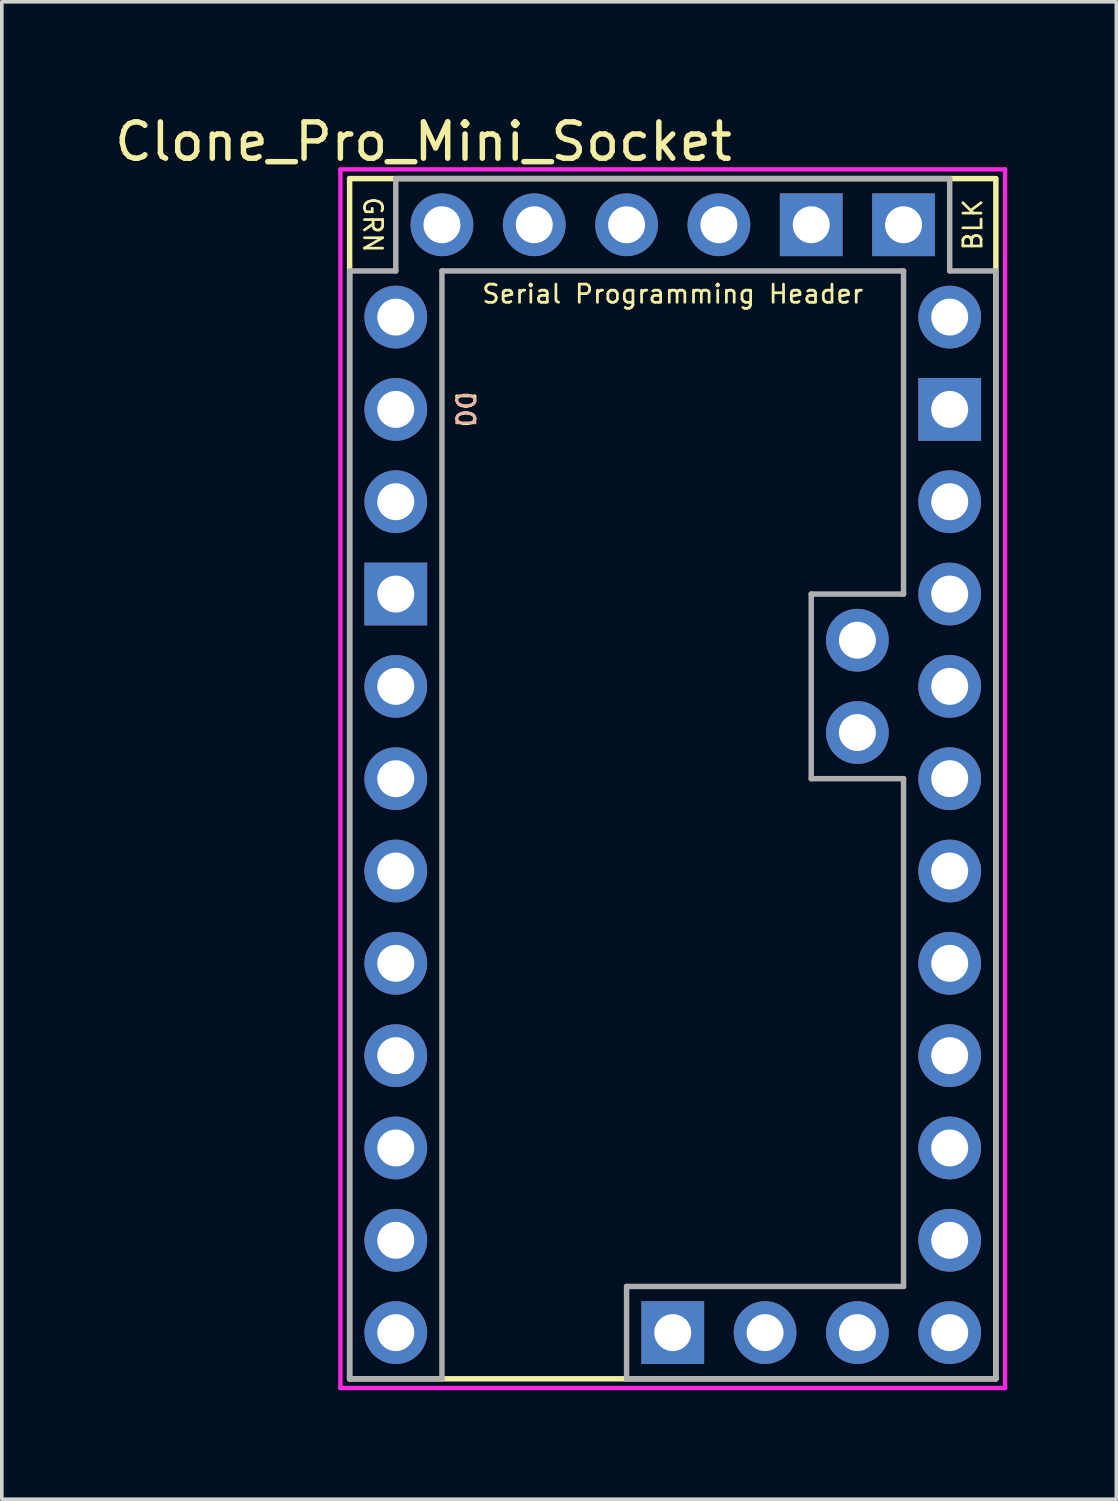
<source format=kicad_pcb>
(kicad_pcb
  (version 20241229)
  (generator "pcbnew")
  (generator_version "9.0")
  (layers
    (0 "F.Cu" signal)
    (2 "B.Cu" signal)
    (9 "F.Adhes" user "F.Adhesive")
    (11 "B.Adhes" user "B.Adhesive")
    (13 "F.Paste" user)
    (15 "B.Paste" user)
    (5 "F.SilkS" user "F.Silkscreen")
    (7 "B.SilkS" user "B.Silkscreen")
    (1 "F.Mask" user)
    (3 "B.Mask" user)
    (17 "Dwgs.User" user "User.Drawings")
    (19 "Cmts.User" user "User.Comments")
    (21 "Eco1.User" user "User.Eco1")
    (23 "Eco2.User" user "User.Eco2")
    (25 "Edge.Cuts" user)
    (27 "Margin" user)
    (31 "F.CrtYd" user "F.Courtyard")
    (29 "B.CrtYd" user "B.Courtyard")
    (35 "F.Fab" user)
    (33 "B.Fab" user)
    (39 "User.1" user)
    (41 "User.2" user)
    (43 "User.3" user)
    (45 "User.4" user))
  (footprint "Clone_Pro_Mini_Socket"
    (layer "F.Cu")
    (at 15.459 18.374)
    (property "Reference" "Clone_Pro_Mini_Socket" (at -6.858 -17.526 0) (layer "F.SilkS") (effects (font (size 1 1) (thickness 0.15))))
    (attr through_hole)
    (fp_line (start -8.89 -16.51) (end -8.89 16.51) (stroke (width 0.15) (type solid)) (layer "F.SilkS"))
    (fp_line (start 8.89 -16.51) (end -8.89 -16.51) (stroke (width 0.15) (type solid)) (layer "F.SilkS"))
    (fp_line (start 8.89 -16.51) (end 8.89 16.51) (stroke (width 0.15) (type solid)) (layer "F.SilkS"))
    (fp_line (start 8.89 16.51) (end -8.89 16.51) (stroke (width 0.15) (type solid)) (layer "F.SilkS"))
    (fp_line (start -9.144 -16.764) (end 9.144 -16.764) (stroke (width 0.12) (type solid)) (layer "F.CrtYd"))
    (fp_line (start -9.144 16.764) (end -9.144 -16.764) (stroke (width 0.12) (type solid)) (layer "F.CrtYd"))
    (fp_line (start 9.144 -16.764) (end 9.144 16.764) (stroke (width 0.12) (type solid)) (layer "F.CrtYd"))
    (fp_line (start 9.144 16.764) (end -9.144 16.764) (stroke (width 0.12) (type solid)) (layer "F.CrtYd"))
    (fp_line (start -8.89 -13.97) (end -8.89 16.51) (stroke (width 0.15) (type solid)) (layer "F.Fab"))
    (fp_line (start -8.89 -13.97) (end -7.62 -13.97) (stroke (width 0.15) (type solid)) (layer "F.Fab"))
    (fp_line (start -8.89 16.51) (end -6.35 16.51) (stroke (width 0.15) (type solid)) (layer "F.Fab"))
    (fp_line (start -7.62 -16.51) (end -7.62 -13.97) (stroke (width 0.15) (type solid)) (layer "F.Fab"))
    (fp_line (start -7.62 -16.51) (end 7.62 -16.51) (stroke (width 0.15) (type solid)) (layer "F.Fab"))
    (fp_line (start -6.35 -13.97) (end -6.35 16.51) (stroke (width 0.15) (type solid)) (layer "F.Fab"))
    (fp_line (start -6.35 -13.97) (end 6.35 -13.97) (stroke (width 0.15) (type solid)) (layer "F.Fab"))
    (fp_line (start -1.27 13.97) (end -1.27 16.51) (stroke (width 0.15) (type solid)) (layer "F.Fab"))
    (fp_line (start -1.27 16.51) (end 8.89 16.51) (stroke (width 0.15) (type solid)) (layer "F.Fab"))
    (fp_line (start 3.81 -5.08) (end 3.81 0) (stroke (width 0.15) (type solid)) (layer "F.Fab"))
    (fp_line (start 3.81 0) (end 6.35 0) (stroke (width 0.15) (type solid)) (layer "F.Fab"))
    (fp_line (start 6.35 -13.97) (end 6.35 -5.08) (stroke (width 0.15) (type solid)) (layer "F.Fab"))
    (fp_line (start 6.35 -5.08) (end 3.81 -5.08) (stroke (width 0.15) (type solid)) (layer "F.Fab"))
    (fp_line (start 6.35 0) (end 6.35 13.97) (stroke (width 0.15) (type solid)) (layer "F.Fab"))
    (fp_line (start 6.35 13.97) (end -1.27 13.97) (stroke (width 0.15) (type solid)) (layer "F.Fab"))
    (fp_line (start 7.62 -16.51) (end 7.62 -13.97) (stroke (width 0.15) (type solid)) (layer "F.Fab"))
    (fp_line (start 7.62 -13.97) (end 8.89 -13.97) (stroke (width 0.15) (type solid)) (layer "F.Fab"))
    (fp_line (start 8.89 -13.97) (end 8.89 16.51) (stroke (width 0.15) (type solid)) (layer "F.Fab"))
    (fp_text user "BLK" (at 8.255 -15.24 90) (layer "F.SilkS") (effects (font (size 0.5 0.5) (thickness 0.075))))
    (fp_text user "GRN" (at -8.255 -15.24 270) (unlocked yes) (layer "F.SilkS") (effects (font (size 0.5 0.5) (thickness 0.075))))
    (fp_text user "D0" (at -5.715 -10.16 270) (unlocked yes) (layer "F.SilkS") (effects (font (size 0.5 0.5) (thickness 0.075))))
    (fp_text user "Serial Programming Header" (at 0 -13.335 180) (layer "F.SilkS") (effects (font (size 0.5 0.5) (thickness 0.075))))
    (fp_text user "D0" (at -5.715 -10.16 270) (unlocked yes) (layer "B.SilkS") (effects (font (size 0.5 0.5) (thickness 0.075)) (justify mirror)))
    (pad "A0" thru_hole circle (at 7.62 5.08) (size 1.727 1.727) (drill 1.016) (layers "*.Cu" "*.Mask"))
    (pad "A1" thru_hole circle (at 7.62 2.54) (size 1.727 1.727) (drill 1.016) (layers "*.Cu" "*.Mask"))
    (pad "A2" thru_hole circle (at 7.62 0) (size 1.727 1.727) (drill 1.016) (layers "*.Cu" "*.Mask"))
    (pad "A3" thru_hole circle (at 7.62 -2.54) (size 1.727 1.727) (drill 1.016) (layers "*.Cu" "*.Mask"))
    (pad "A4" thru_hole circle (at 5.08 -1.27) (size 1.727 1.727) (drill 1.016) (layers "*.Cu" "*.Mask"))
    (pad "A5" thru_hole circle (at 5.08 -3.81) (size 1.727 1.727) (drill 1.016) (layers "*.Cu" "*.Mask"))
    (pad "A6" thru_hole circle (at 2.54 15.24) (size 1.727 1.727) (drill 1.016) (layers "*.Cu" "*.Mask"))
    (pad "A7" thru_hole circle (at 5.08 15.24) (size 1.727 1.727) (drill 1.016) (layers "*.Cu" "*.Mask"))
    (pad "D0" thru_hole circle (at -7.62 -10.16) (size 1.727 1.727) (drill 1.016) (layers "*.Cu" "*.Mask"))
    (pad "D1" thru_hole circle (at -7.62 -12.7) (size 1.727 1.727) (drill 1.016) (layers "*.Cu" "*.Mask"))
    (pad "D2" thru_hole circle (at -7.62 -2.54) (size 1.727 1.727) (drill 1.016) (layers "*.Cu" "*.Mask"))
    (pad "D3" thru_hole circle (at -7.62 0) (size 1.727 1.727) (drill 1.016) (layers "*.Cu" "*.Mask"))
    (pad "D4" thru_hole circle (at -7.62 2.54) (size 1.727 1.727) (drill 1.016) (layers "*.Cu" "*.Mask"))
    (pad "D5" thru_hole circle (at -7.62 5.08) (size 1.727 1.727) (drill 1.016) (layers "*.Cu" "*.Mask"))
    (pad "D6" thru_hole circle (at -7.62 7.62) (size 1.727 1.727) (drill 1.016) (layers "*.Cu" "*.Mask"))
    (pad "D7" thru_hole circle (at -7.62 10.16) (size 1.727 1.727) (drill 1.016) (layers "*.Cu" "*.Mask"))
    (pad "D8" thru_hole circle (at -7.62 12.7) (size 1.727 1.727) (drill 1.016) (layers "*.Cu" "*.Mask"))
    (pad "D9" thru_hole circle (at -7.62 15.24) (size 1.727 1.727) (drill 1.016) (layers "*.Cu" "*.Mask"))
    (pad "D10" thru_hole circle (at 7.62 15.24) (size 1.727 1.727) (drill 1.016) (layers "*.Cu" "*.Mask"))
    (pad "D11" thru_hole circle (at 7.62 12.7) (size 1.727 1.727) (drill 1.016) (layers "*.Cu" "*.Mask"))
    (pad "D12" thru_hole circle (at 7.62 10.16) (size 1.727 1.727) (drill 1.016) (layers "*.Cu" "*.Mask"))
    (pad "D13" thru_hole circle (at 7.62 7.62) (size 1.727 1.727) (drill 1.016) (layers "*.Cu" "*.Mask"))
    (pad "DTR" thru_hole circle (at -6.35 -15.24) (size 1.727 1.727) (drill 1.016) (layers "*.Cu" "*.Mask"))
    (pad "GND1" thru_hole rect (at -7.62 -5.08) (size 1.727 1.727) (drill 1.016) (layers "*.Cu" "*.Mask"))
    (pad "GND2" thru_hole rect (at 7.62 -10.16) (size 1.727 1.727) (drill 1.016) (layers "*.Cu" "*.Mask"))
    (pad "GND3" thru_hole rect (at 0 15.24) (size 1.727 1.727) (drill 1.016) (layers "*.Cu" "*.Mask"))
    (pad "GND4" thru_hole rect (at 3.81 -15.24) (size 1.727 1.727) (drill 1.016) (layers "*.Cu" "*.Mask"))
    (pad "GND5" thru_hole rect (at 6.35 -15.24) (size 1.727 1.727) (drill 1.016) (layers "*.Cu" "*.Mask"))
    (pad "RAW" thru_hole circle (at 7.62 -12.7) (size 1.727 1.727) (drill 1.016) (layers "*.Cu" "*.Mask"))
    (pad "RST1" thru_hole circle (at -7.62 -7.62) (size 1.727 1.727) (drill 1.016) (layers "*.Cu" "*.Mask"))
    (pad "RST2" thru_hole circle (at 7.62 -7.62) (size 1.727 1.727) (drill 1.016) (layers "*.Cu" "*.Mask"))
    (pad "RXI" thru_hole circle (at -1.27 -15.24) (size 1.727 1.727) (drill 1.016) (layers "*.Cu" "*.Mask"))
    (pad "TXO" thru_hole circle (at -3.81 -15.24) (size 1.727 1.727) (drill 1.016) (layers "*.Cu" "*.Mask"))
    (pad "Vcc1" thru_hole circle (at 7.62 -5.08) (size 1.727 1.727) (drill 1.016) (layers "*.Cu" "*.Mask"))
    (pad "Vcc2" thru_hole circle (at 1.27 -15.24) (size 1.727 1.727) (drill 1.016) (layers "*.Cu" "*.Mask")))
  (gr_rect
    (start -3 -3)
    (end 27.663 38.198)
    (stroke (width 0.1) (type default))
    (fill no)
    (layer "Edge.Cuts")))
</source>
